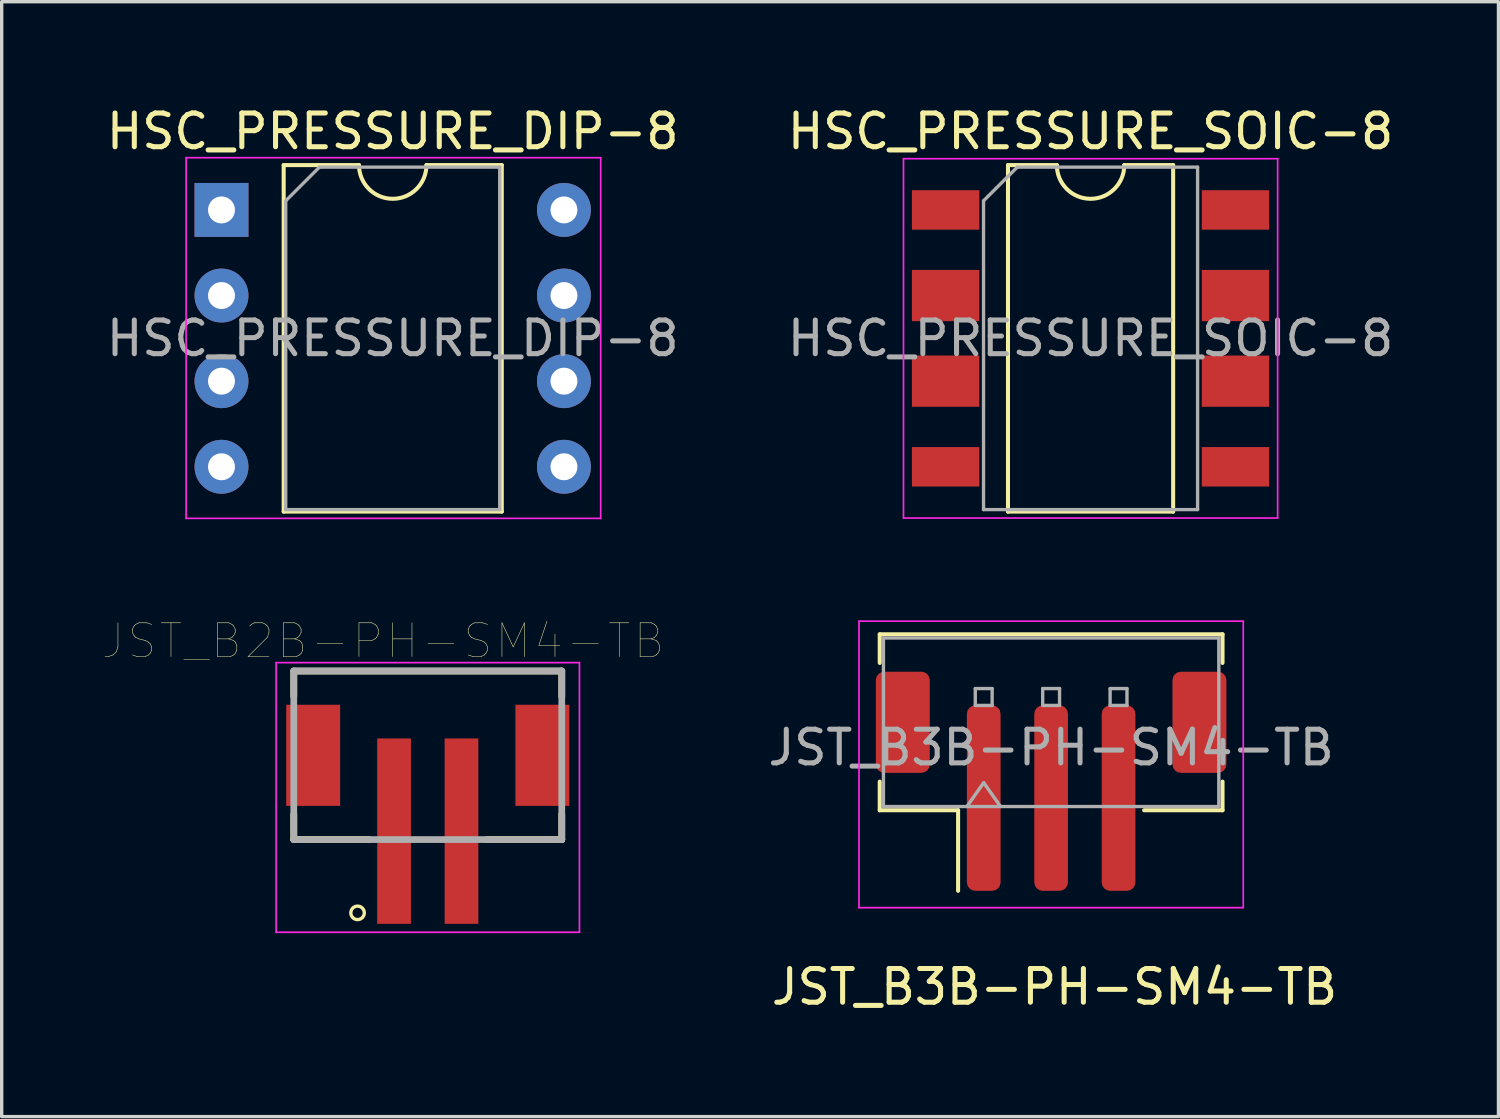
<source format=kicad_pcb>
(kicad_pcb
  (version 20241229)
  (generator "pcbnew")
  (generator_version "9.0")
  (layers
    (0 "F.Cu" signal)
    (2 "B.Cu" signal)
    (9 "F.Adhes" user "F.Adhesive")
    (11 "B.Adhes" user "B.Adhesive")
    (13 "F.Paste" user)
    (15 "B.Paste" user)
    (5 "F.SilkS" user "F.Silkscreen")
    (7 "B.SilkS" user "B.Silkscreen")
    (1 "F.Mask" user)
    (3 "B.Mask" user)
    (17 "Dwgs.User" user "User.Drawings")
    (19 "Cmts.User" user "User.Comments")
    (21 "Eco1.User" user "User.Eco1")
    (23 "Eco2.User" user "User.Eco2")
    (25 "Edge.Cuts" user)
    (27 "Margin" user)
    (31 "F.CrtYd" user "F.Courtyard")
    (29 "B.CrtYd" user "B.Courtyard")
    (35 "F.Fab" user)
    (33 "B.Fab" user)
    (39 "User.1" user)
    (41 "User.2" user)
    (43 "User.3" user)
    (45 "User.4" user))
  (footprint "JST_B3B-PH-SM4-TB"
    (layer "F.Cu")
    (at 28.134 19.128)
    (property "Reference" "JST_B3B-PH-SM4-TB" (at 0.1 7.1 0) (layer "F.SilkS") (effects (font (size 1 1) (thickness 0.15))))
    (attr through_hole)
    (fp_line (start -5.085 -3.36) (end 5.085 -3.36) (stroke (width 0.12) (type solid)) (layer "F.SilkS"))
    (fp_line (start -5.085 -2.51) (end -5.085 -3.36) (stroke (width 0.12) (type solid)) (layer "F.SilkS"))
    (fp_line (start -5.085 1.01) (end -5.085 1.86) (stroke (width 0.12) (type solid)) (layer "F.SilkS"))
    (fp_line (start -5.085 1.86) (end -2.76 1.86) (stroke (width 0.12) (type solid)) (layer "F.SilkS"))
    (fp_line (start -2.76 1.86) (end -2.76 4.25) (stroke (width 0.12) (type solid)) (layer "F.SilkS"))
    (fp_line (start 5.085 -3.36) (end 5.085 -2.51) (stroke (width 0.12) (type solid)) (layer "F.SilkS"))
    (fp_line (start 5.085 1.01) (end 5.085 1.86) (stroke (width 0.12) (type solid)) (layer "F.SilkS"))
    (fp_line (start 5.085 1.86) (end 2.76 1.86) (stroke (width 0.12) (type solid)) (layer "F.SilkS"))
    (fp_line (start -5.7 -3.75) (end -5.7 4.75) (stroke (width 0.05) (type solid)) (layer "F.CrtYd"))
    (fp_line (start -5.7 4.75) (end 5.7 4.75) (stroke (width 0.05) (type solid)) (layer "F.CrtYd"))
    (fp_line (start 5.7 -3.75) (end -5.7 -3.75) (stroke (width 0.05) (type solid)) (layer "F.CrtYd"))
    (fp_line (start 5.7 4.75) (end 5.7 -3.75) (stroke (width 0.05) (type solid)) (layer "F.CrtYd"))
    (fp_line (start -4.975 -3.25) (end 4.975 -3.25) (stroke (width 0.1) (type solid)) (layer "F.Fab"))
    (fp_line (start -4.975 1.75) (end -4.975 -3.25) (stroke (width 0.1) (type solid)) (layer "F.Fab"))
    (fp_line (start -4.975 1.75) (end 4.975 1.75) (stroke (width 0.1) (type solid)) (layer "F.Fab"))
    (fp_line (start -2.5 1.75) (end -2 1.043) (stroke (width 0.1) (type solid)) (layer "F.Fab"))
    (fp_line (start -2.25 -1.75) (end -2.25 -1.25) (stroke (width 0.1) (type solid)) (layer "F.Fab"))
    (fp_line (start -2.25 -1.25) (end -1.75 -1.25) (stroke (width 0.1) (type solid)) (layer "F.Fab"))
    (fp_line (start -2 1.043) (end -1.5 1.75) (stroke (width 0.1) (type solid)) (layer "F.Fab"))
    (fp_line (start -1.75 -1.75) (end -2.25 -1.75) (stroke (width 0.1) (type solid)) (layer "F.Fab"))
    (fp_line (start -1.75 -1.25) (end -1.75 -1.75) (stroke (width 0.1) (type solid)) (layer "F.Fab"))
    (fp_line (start -0.25 -1.75) (end -0.25 -1.25) (stroke (width 0.1) (type solid)) (layer "F.Fab"))
    (fp_line (start -0.25 -1.25) (end 0.25 -1.25) (stroke (width 0.1) (type solid)) (layer "F.Fab"))
    (fp_line (start 0.25 -1.75) (end -0.25 -1.75) (stroke (width 0.1) (type solid)) (layer "F.Fab"))
    (fp_line (start 0.25 -1.25) (end 0.25 -1.75) (stroke (width 0.1) (type solid)) (layer "F.Fab"))
    (fp_line (start 1.75 -1.75) (end 1.75 -1.25) (stroke (width 0.1) (type solid)) (layer "F.Fab"))
    (fp_line (start 1.75 -1.25) (end 2.25 -1.25) (stroke (width 0.1) (type solid)) (layer "F.Fab"))
    (fp_line (start 2.25 -1.75) (end 1.75 -1.75) (stroke (width 0.1) (type solid)) (layer "F.Fab"))
    (fp_line (start 2.25 -1.25) (end 2.25 -1.75) (stroke (width 0.1) (type solid)) (layer "F.Fab"))
    (fp_line (start 4.975 1.75) (end 4.975 -3.25) (stroke (width 0.1) (type solid)) (layer "F.Fab"))
    (fp_text user "${REFERENCE}" (at 0 0 0) (layer "F.Fab") (effects (font (size 1 1) (thickness 0.15))))
    (pad "1" smd roundrect (at -2 1.5) (size 1 5.5) (layers "F.Cu" "F.Mask" "F.Paste") (roundrect_rratio 0.25))
    (pad "2" smd roundrect (at 0 1.5) (size 1 5.5) (layers "F.Cu" "F.Mask" "F.Paste") (roundrect_rratio 0.25))
    (pad "3" smd roundrect (at 2 1.5) (size 1 5.5) (layers "F.Cu" "F.Mask" "F.Paste") (roundrect_rratio 0.25))
    (pad "4" smd roundrect (at -4.4 -0.75) (size 1.6 3) (layers "F.Cu" "F.Mask" "F.Paste") (roundrect_rratio 0.156))
    (pad "5" smd roundrect (at 4.4 -0.75) (size 1.6 3) (layers "F.Cu" "F.Mask" "F.Paste") (roundrect_rratio 0.156)))
  (footprint "HSC_PRESSURE_SOIC-8"
    (layer "F.Cu")
    (at 29.304 6.988)
    (property "Reference" "HSC_PRESSURE_SOIC-8" (at 0 -6.14 0) (layer "F.SilkS") (effects (font (size 1 1) (thickness 0.15))))
    (attr smd)
    (fp_line (start -2.45 -5.14) (end -2.45 5.14) (stroke (width 0.12) (type solid)) (layer "F.SilkS"))
    (fp_line (start -2.45 5.14) (end 2.45 5.14) (stroke (width 0.12) (type solid)) (layer "F.SilkS"))
    (fp_line (start -1 -5.14) (end -2.45 -5.14) (stroke (width 0.12) (type solid)) (layer "F.SilkS"))
    (fp_line (start 2.45 -5.14) (end 1 -5.14) (stroke (width 0.12) (type solid)) (layer "F.SilkS"))
    (fp_line (start 2.45 5.14) (end 2.45 -5.14) (stroke (width 0.12) (type solid)) (layer "F.SilkS"))
    (fp_arc (start 1 -5.14) (mid 0 -4.14) (end -1 -5.14) (stroke (width 0.12) (type solid)) (layer "F.SilkS"))
    (fp_line (start -5.55 -5.33) (end -5.55 5.33) (stroke (width 0.05) (type solid)) (layer "F.CrtYd"))
    (fp_line (start -5.55 -5.33) (end 5.55 -5.33) (stroke (width 0.05) (type solid)) (layer "F.CrtYd"))
    (fp_line (start 5.55 5.33) (end -5.55 5.33) (stroke (width 0.05) (type solid)) (layer "F.CrtYd"))
    (fp_line (start 5.55 5.33) (end 5.55 -5.33) (stroke (width 0.05) (type solid)) (layer "F.CrtYd"))
    (fp_line (start -3.175 -4.08) (end -2.175 -5.08) (stroke (width 0.1) (type solid)) (layer "F.Fab"))
    (fp_line (start -3.175 5.08) (end -3.175 -4.08) (stroke (width 0.1) (type solid)) (layer "F.Fab"))
    (fp_line (start -2.175 -5.08) (end 3.175 -5.08) (stroke (width 0.1) (type solid)) (layer "F.Fab"))
    (fp_line (start 3.175 -5.08) (end 3.175 5.08) (stroke (width 0.1) (type solid)) (layer "F.Fab"))
    (fp_line (start 3.175 5.08) (end -3.175 5.08) (stroke (width 0.1) (type solid)) (layer "F.Fab"))
    (fp_text user "${REFERENCE}" (at 0 0 0) (layer "F.Fab") (effects (font (size 1 1) (thickness 0.15))))
    (pad "1" smd rect (at -4.3 -3.81) (size 2 1.17) (layers "F.Cu" "F.Mask" "F.Paste"))
    (pad "2" smd rect (at -4.3 -1.27) (size 2 1.52) (layers "F.Cu" "F.Mask" "F.Paste"))
    (pad "3" smd rect (at -4.3 1.27) (size 2 1.52) (layers "F.Cu" "F.Mask" "F.Paste"))
    (pad "4" smd rect (at -4.3 3.81) (size 2 1.17) (layers "F.Cu" "F.Mask" "F.Paste"))
    (pad "5" smd rect (at 4.3 3.81) (size 2 1.17) (layers "F.Cu" "F.Mask" "F.Paste"))
    (pad "6" smd rect (at 4.3 1.27) (size 2 1.52) (layers "F.Cu" "F.Mask" "F.Paste"))
    (pad "7" smd rect (at 4.3 -1.27) (size 2 1.52) (layers "F.Cu" "F.Mask" "F.Paste"))
    (pad "8" smd rect (at 4.3 -3.81) (size 2 1.17) (layers "F.Cu" "F.Mask" "F.Paste")))
  (footprint "JST_B2B-PH-SM4-TB"
    (layer "F.Cu")
    (at 9.641 21.608)
    (property "Reference" "JST_B2B-PH-SM4-TB" (at -1.327 -5.642 0) (layer "F.SilkS") (effects (font (size 1.001 1.001) (thickness 0.015))))
    (attr through_hole)
    (fp_line (start -3.975 -4.75) (end -3.975 -4) (stroke (width 0.2) (type solid)) (layer "F.SilkS"))
    (fp_line (start -3.975 -4.75) (end 3.975 -4.75) (stroke (width 0.2) (type solid)) (layer "F.SilkS"))
    (fp_line (start -3.975 -0.5) (end -3.975 0.25) (stroke (width 0.2) (type solid)) (layer "F.SilkS"))
    (fp_line (start -3.975 0.25) (end -1.75 0.25) (stroke (width 0.2) (type solid)) (layer "F.SilkS"))
    (fp_line (start 1.75 0.25) (end 3.975 0.25) (stroke (width 0.2) (type solid)) (layer "F.SilkS"))
    (fp_line (start 3.975 -4.75) (end 3.975 -4) (stroke (width 0.2) (type solid)) (layer "F.SilkS"))
    (fp_line (start 3.975 0.25) (end 3.975 -0.5) (stroke (width 0.2) (type solid)) (layer "F.SilkS"))
    (fp_circle (center -2.083 2.424) (end -1.883 2.424) (stroke (width 0.1) (type solid)) (fill no) (layer "F.SilkS"))
    (fp_line (start -4.5 -5) (end 4.5 -5) (stroke (width 0.05) (type solid)) (layer "F.CrtYd"))
    (fp_line (start -4.5 3) (end -4.5 -5) (stroke (width 0.05) (type solid)) (layer "F.CrtYd"))
    (fp_line (start 4.5 -5) (end 4.5 3) (stroke (width 0.05) (type solid)) (layer "F.CrtYd"))
    (fp_line (start 4.5 3) (end -4.5 3) (stroke (width 0.05) (type solid)) (layer "F.CrtYd"))
    (fp_line (start -3.975 -4.75) (end 3.975 -4.75) (stroke (width 0.2) (type solid)) (layer "F.Fab"))
    (fp_line (start -3.975 0.25) (end -3.975 -4.75) (stroke (width 0.2) (type solid)) (layer "F.Fab"))
    (fp_line (start 3.975 -4.75) (end 3.975 0.25) (stroke (width 0.2) (type solid)) (layer "F.Fab"))
    (fp_line (start 3.975 0.25) (end -3.975 0.25) (stroke (width 0.2) (type solid)) (layer "F.Fab"))
    (pad "1" smd rect (at -1 0) (size 1 5.5) (layers "F.Cu" "F.Mask" "F.Paste"))
    (pad "2" smd rect (at 1 0) (size 1 5.5) (layers "F.Cu" "F.Mask" "F.Paste"))
    (pad "3" smd rect (at -3.4 -2.25) (size 1.6 3) (layers "F.Cu" "F.Mask" "F.Paste"))
    (pad "4" smd rect (at 3.4 -2.25) (size 1.6 3) (layers "F.Cu" "F.Mask" "F.Paste")))
  (footprint "HSC_PRESSURE_DIP-8"
    (layer "F.Cu")
    (at 3.521 3.178)
    (property "Reference" "HSC_PRESSURE_DIP-8" (at 5.08 -2.33 0) (layer "F.SilkS") (effects (font (size 1 1) (thickness 0.15))))
    (attr through_hole)
    (fp_line (start 1.845 -1.33) (end 1.845 8.95) (stroke (width 0.12) (type solid)) (layer "F.SilkS"))
    (fp_line (start 1.845 8.95) (end 8.315 8.95) (stroke (width 0.12) (type solid)) (layer "F.SilkS"))
    (fp_line (start 4.08 -1.33) (end 1.845 -1.33) (stroke (width 0.12) (type solid)) (layer "F.SilkS"))
    (fp_line (start 8.315 -1.33) (end 6.08 -1.33) (stroke (width 0.12) (type solid)) (layer "F.SilkS"))
    (fp_line (start 8.315 8.95) (end 8.315 -1.33) (stroke (width 0.12) (type solid)) (layer "F.SilkS"))
    (fp_arc (start 6.08 -1.33) (mid 5.08 -0.33) (end 4.08 -1.33) (stroke (width 0.12) (type solid)) (layer "F.SilkS"))
    (fp_line (start -1.05 -1.55) (end -1.05 9.15) (stroke (width 0.05) (type solid)) (layer "F.CrtYd"))
    (fp_line (start -1.05 9.15) (end 11.25 9.15) (stroke (width 0.05) (type solid)) (layer "F.CrtYd"))
    (fp_line (start 11.25 -1.55) (end -1.05 -1.55) (stroke (width 0.05) (type solid)) (layer "F.CrtYd"))
    (fp_line (start 11.25 9.15) (end 11.25 -1.55) (stroke (width 0.05) (type solid)) (layer "F.CrtYd"))
    (fp_line (start 1.905 -0.27) (end 2.905 -1.27) (stroke (width 0.1) (type solid)) (layer "F.Fab"))
    (fp_line (start 1.905 8.89) (end 1.905 -0.27) (stroke (width 0.1) (type solid)) (layer "F.Fab"))
    (fp_line (start 2.905 -1.27) (end 8.255 -1.27) (stroke (width 0.1) (type solid)) (layer "F.Fab"))
    (fp_line (start 8.255 -1.27) (end 8.255 8.89) (stroke (width 0.1) (type solid)) (layer "F.Fab"))
    (fp_line (start 8.255 8.89) (end 1.905 8.89) (stroke (width 0.1) (type solid)) (layer "F.Fab"))
    (fp_text user "${REFERENCE}" (at 5.08 3.81 0) (layer "F.Fab") (effects (font (size 1 1) (thickness 0.15))))
    (pad "1" thru_hole rect (at 0 0) (size 1.6 1.6) (drill 0.8) (layers "*.Cu" "*.Mask"))
    (pad "2" thru_hole oval (at 0 2.54) (size 1.6 1.6) (drill 0.8) (layers "*.Cu" "*.Mask"))
    (pad "3" thru_hole oval (at 0 5.08) (size 1.6 1.6) (drill 0.8) (layers "*.Cu" "*.Mask"))
    (pad "4" thru_hole oval (at 0 7.62) (size 1.6 1.6) (drill 0.8) (layers "*.Cu" "*.Mask"))
    (pad "5" thru_hole oval (at 10.16 7.62) (size 1.6 1.6) (drill 0.8) (layers "*.Cu" "*.Mask"))
    (pad "6" thru_hole oval (at 10.16 5.08) (size 1.6 1.6) (drill 0.8) (layers "*.Cu" "*.Mask"))
    (pad "7" thru_hole oval (at 10.16 2.54) (size 1.6 1.6) (drill 0.8) (layers "*.Cu" "*.Mask"))
    (pad "8" thru_hole oval (at 10.16 0) (size 1.6 1.6) (drill 0.8) (layers "*.Cu" "*.Mask")))
  (gr_rect
    (start -3 -3)
    (end 41.405 30.076)
    (stroke (width 0.1) (type default))
    (fill no)
    (layer "Edge.Cuts")))
</source>
